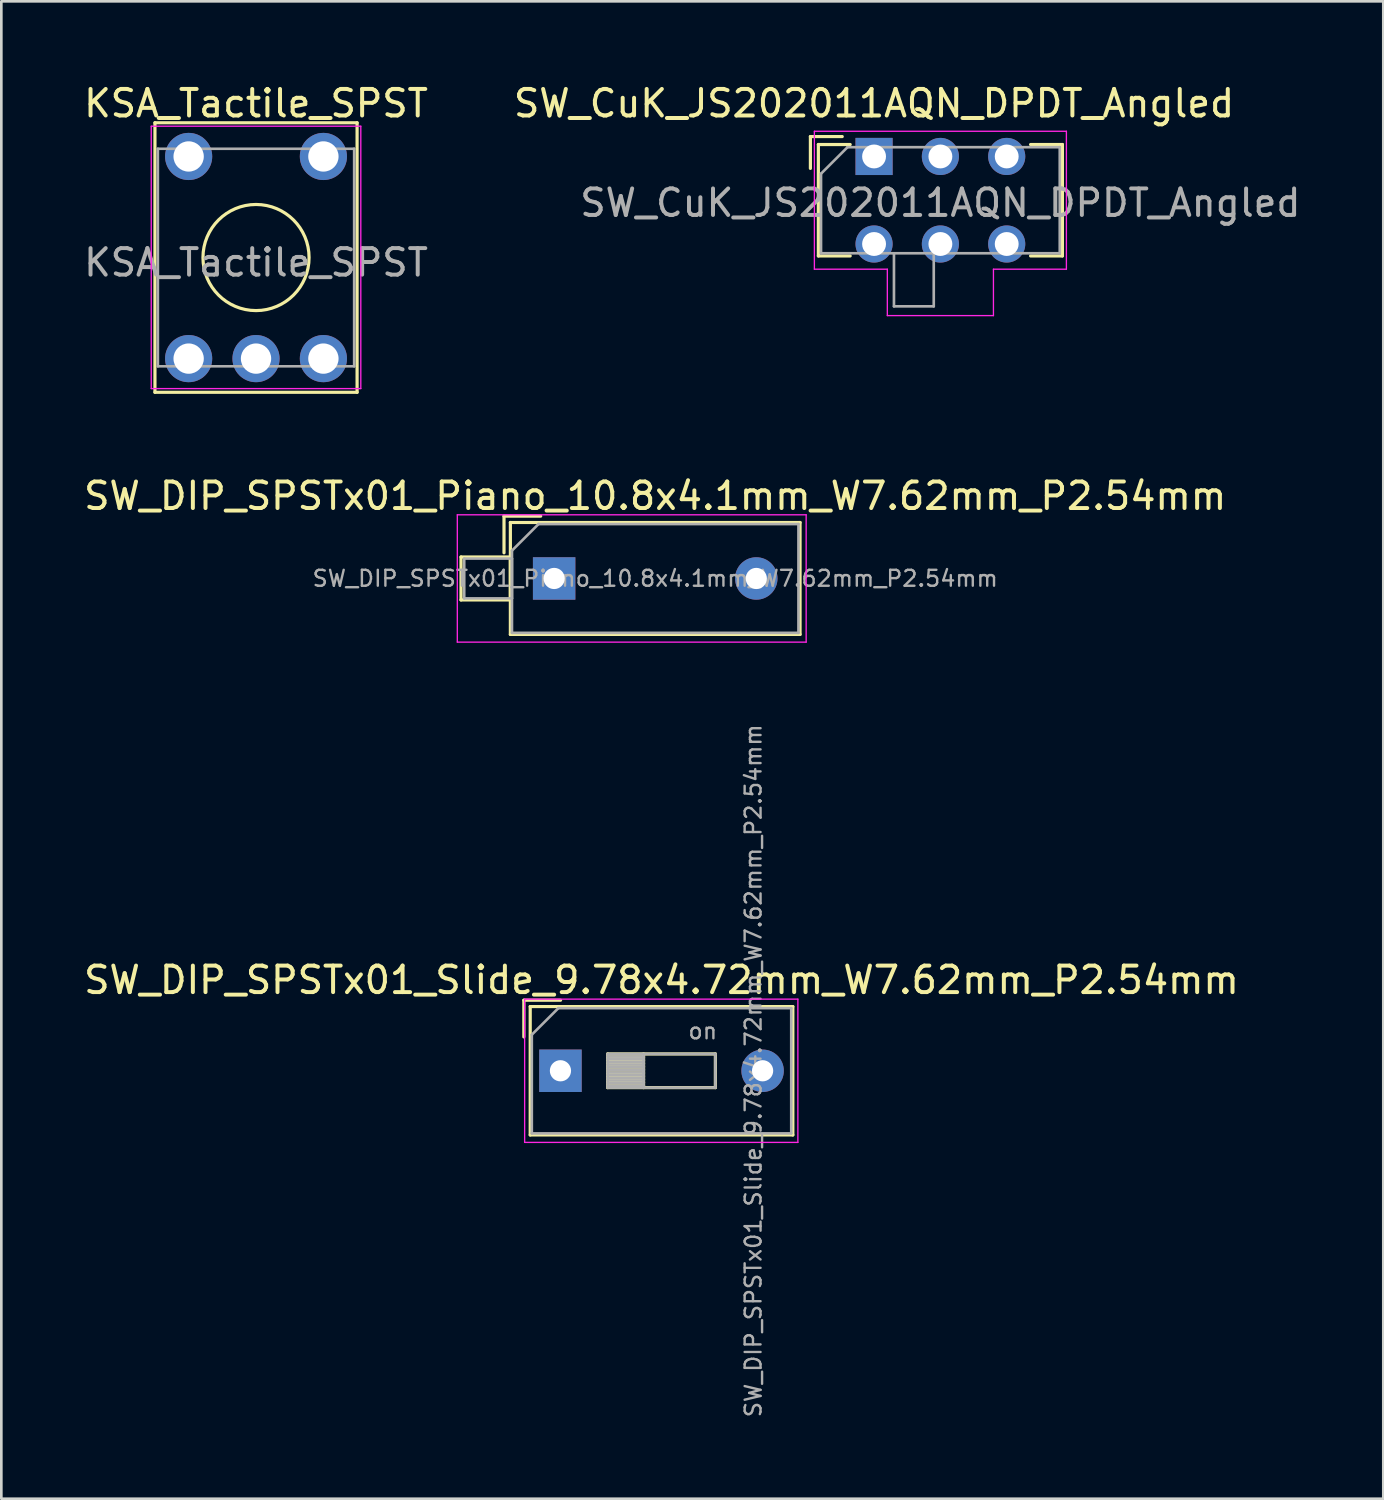
<source format=kicad_pcb>
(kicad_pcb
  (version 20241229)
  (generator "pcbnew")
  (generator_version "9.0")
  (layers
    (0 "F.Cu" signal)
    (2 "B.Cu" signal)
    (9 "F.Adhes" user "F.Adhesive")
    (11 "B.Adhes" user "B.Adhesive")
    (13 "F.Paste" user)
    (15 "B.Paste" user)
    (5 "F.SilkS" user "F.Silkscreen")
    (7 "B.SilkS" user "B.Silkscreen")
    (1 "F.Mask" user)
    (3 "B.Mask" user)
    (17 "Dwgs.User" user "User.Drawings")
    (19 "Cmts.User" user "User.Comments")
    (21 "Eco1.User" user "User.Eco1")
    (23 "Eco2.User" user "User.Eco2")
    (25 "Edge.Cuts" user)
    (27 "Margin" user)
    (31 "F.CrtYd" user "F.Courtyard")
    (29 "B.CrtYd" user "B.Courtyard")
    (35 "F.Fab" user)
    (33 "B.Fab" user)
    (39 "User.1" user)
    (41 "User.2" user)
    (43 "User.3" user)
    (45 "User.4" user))
  (footprint "KSA_Tactile_SPST"
    (layer "F.Cu")
    (at 4.061 2.848)
    (property "Reference" "KSA_Tactile_SPST" (at 2.54 -2 0) (layer "F.SilkS") (effects (font (size 1 1) (thickness 0.15))))
    (attr through_hole)
    (fp_line (start -1.27 -1.27) (end -1.27 8.89) (stroke (width 0.12) (type solid)) (layer "F.SilkS"))
    (fp_line (start -1.27 -1.27) (end 6.35 -1.27) (stroke (width 0.12) (type solid)) (layer "F.SilkS"))
    (fp_line (start -1.27 8.89) (end 6.35 8.89) (stroke (width 0.12) (type solid)) (layer "F.SilkS"))
    (fp_line (start 6.35 8.89) (end 6.35 -1.27) (stroke (width 0.12) (type solid)) (layer "F.SilkS"))
    (fp_circle (center 2.54 3.81) (end 0.54 3.81) (stroke (width 0.12) (type solid)) (fill no) (layer "F.SilkS"))
    (fp_line (start -1.41 -1.14) (end -1.41 8.75) (stroke (width 0.05) (type solid)) (layer "F.CrtYd"))
    (fp_line (start -1.41 -1.14) (end 6.49 -1.14) (stroke (width 0.05) (type solid)) (layer "F.CrtYd"))
    (fp_line (start 6.49 8.75) (end -1.41 8.75) (stroke (width 0.05) (type solid)) (layer "F.CrtYd"))
    (fp_line (start 6.49 8.75) (end 6.49 -1.14) (stroke (width 0.05) (type solid)) (layer "F.CrtYd"))
    (fp_line (start -1.16 7.91) (end -1.16 -0.29) (stroke (width 0.1) (type solid)) (layer "F.Fab"))
    (fp_line (start -1.16 7.91) (end 6.24 7.91) (stroke (width 0.1) (type solid)) (layer "F.Fab"))
    (fp_line (start 6.24 -0.29) (end -1.16 -0.29) (stroke (width 0.1) (type solid)) (layer "F.Fab"))
    (fp_line (start 6.24 7.91) (end 6.24 -0.29) (stroke (width 0.1) (type solid)) (layer "F.Fab"))
    (fp_text user "${REFERENCE}" (at 2.54 4 0) (layer "F.Fab") (effects (font (size 1 1) (thickness 0.15))))
    (pad "1" thru_hole circle (at 0 0) (size 1.778 1.778) (drill 1.143) (layers "*.Cu" "*.Mask"))
    (pad "2" thru_hole circle (at 5.08 0) (size 1.778 1.778) (drill 1.143) (layers "*.Cu" "*.Mask"))
    (pad "3" thru_hole circle (at 5.08 7.62) (size 1.778 1.778) (drill 1.143) (layers "*.Cu" "*.Mask"))
    (pad "4" thru_hole circle (at 2.54 7.62) (size 1.778 1.778) (drill 1.143) (layers "*.Cu" "*.Mask"))
    (pad "5" thru_hole circle (at 0 7.62) (size 1.778 1.778) (drill 1.143) (layers "*.Cu" "*.Mask")))
  (footprint "SW_DIP_SPSTx01_Slide_9.78x4.72mm_W7.62mm_P2.54mm"
    (layer "F.Cu")
    (at 18.077 37.314)
    (property "Reference" "SW_DIP_SPSTx01_Slide_9.78x4.72mm_W7.62mm_P2.54mm" (at 3.81 -3.42 0) (layer "F.SilkS") (effects (font (size 1 1) (thickness 0.15))))
    (attr through_hole)
    (fp_line (start -1.38 -2.66) (end -1.38 -1.277) (stroke (width 0.12) (type solid)) (layer "F.SilkS"))
    (fp_line (start -1.38 -2.66) (end 0.004 -2.66) (stroke (width 0.12) (type solid)) (layer "F.SilkS"))
    (fp_line (start -1.14 -2.42) (end -1.14 2.42) (stroke (width 0.12) (type solid)) (layer "F.SilkS"))
    (fp_line (start -1.14 -2.42) (end 8.76 -2.42) (stroke (width 0.12) (type solid)) (layer "F.SilkS"))
    (fp_line (start -1.14 2.42) (end 8.76 2.42) (stroke (width 0.12) (type solid)) (layer "F.SilkS"))
    (fp_line (start 1.78 -0.635) (end 1.78 0.635) (stroke (width 0.12) (type solid)) (layer "F.SilkS"))
    (fp_line (start 1.78 -0.515) (end 3.133 -0.515) (stroke (width 0.12) (type solid)) (layer "F.SilkS"))
    (fp_line (start 1.78 -0.395) (end 3.133 -0.395) (stroke (width 0.12) (type solid)) (layer "F.SilkS"))
    (fp_line (start 1.78 -0.275) (end 3.133 -0.275) (stroke (width 0.12) (type solid)) (layer "F.SilkS"))
    (fp_line (start 1.78 -0.155) (end 3.133 -0.155) (stroke (width 0.12) (type solid)) (layer "F.SilkS"))
    (fp_line (start 1.78 -0.035) (end 3.133 -0.035) (stroke (width 0.12) (type solid)) (layer "F.SilkS"))
    (fp_line (start 1.78 0.085) (end 3.133 0.085) (stroke (width 0.12) (type solid)) (layer "F.SilkS"))
    (fp_line (start 1.78 0.205) (end 3.133 0.205) (stroke (width 0.12) (type solid)) (layer "F.SilkS"))
    (fp_line (start 1.78 0.325) (end 3.133 0.325) (stroke (width 0.12) (type solid)) (layer "F.SilkS"))
    (fp_line (start 1.78 0.445) (end 3.133 0.445) (stroke (width 0.12) (type solid)) (layer "F.SilkS"))
    (fp_line (start 1.78 0.565) (end 3.133 0.565) (stroke (width 0.12) (type solid)) (layer "F.SilkS"))
    (fp_line (start 1.78 0.635) (end 5.84 0.635) (stroke (width 0.12) (type solid)) (layer "F.SilkS"))
    (fp_line (start 3.133 -0.635) (end 3.133 0.635) (stroke (width 0.12) (type solid)) (layer "F.SilkS"))
    (fp_line (start 5.84 -0.635) (end 1.78 -0.635) (stroke (width 0.12) (type solid)) (layer "F.SilkS"))
    (fp_line (start 5.84 0.635) (end 5.84 -0.635) (stroke (width 0.12) (type solid)) (layer "F.SilkS"))
    (fp_line (start 8.76 -2.42) (end 8.76 2.42) (stroke (width 0.12) (type solid)) (layer "F.SilkS"))
    (fp_line (start -1.35 -2.7) (end -1.35 2.7) (stroke (width 0.05) (type solid)) (layer "F.CrtYd"))
    (fp_line (start -1.35 2.7) (end 8.95 2.7) (stroke (width 0.05) (type solid)) (layer "F.CrtYd"))
    (fp_line (start 8.95 -2.7) (end -1.35 -2.7) (stroke (width 0.05) (type solid)) (layer "F.CrtYd"))
    (fp_line (start 8.95 2.7) (end 8.95 -2.7) (stroke (width 0.05) (type solid)) (layer "F.CrtYd"))
    (fp_line (start -1.08 -1.36) (end -0.08 -2.36) (stroke (width 0.1) (type solid)) (layer "F.Fab"))
    (fp_line (start -1.08 2.36) (end -1.08 -1.36) (stroke (width 0.1) (type solid)) (layer "F.Fab"))
    (fp_line (start -0.08 -2.36) (end 8.7 -2.36) (stroke (width 0.1) (type solid)) (layer "F.Fab"))
    (fp_line (start 1.78 -0.635) (end 1.78 0.635) (stroke (width 0.1) (type solid)) (layer "F.Fab"))
    (fp_line (start 1.78 -0.535) (end 3.133 -0.535) (stroke (width 0.1) (type solid)) (layer "F.Fab"))
    (fp_line (start 1.78 -0.435) (end 3.133 -0.435) (stroke (width 0.1) (type solid)) (layer "F.Fab"))
    (fp_line (start 1.78 -0.335) (end 3.133 -0.335) (stroke (width 0.1) (type solid)) (layer "F.Fab"))
    (fp_line (start 1.78 -0.235) (end 3.133 -0.235) (stroke (width 0.1) (type solid)) (layer "F.Fab"))
    (fp_line (start 1.78 -0.135) (end 3.133 -0.135) (stroke (width 0.1) (type solid)) (layer "F.Fab"))
    (fp_line (start 1.78 -0.035) (end 3.133 -0.035) (stroke (width 0.1) (type solid)) (layer "F.Fab"))
    (fp_line (start 1.78 0.065) (end 3.133 0.065) (stroke (width 0.1) (type solid)) (layer "F.Fab"))
    (fp_line (start 1.78 0.165) (end 3.133 0.165) (stroke (width 0.1) (type solid)) (layer "F.Fab"))
    (fp_line (start 1.78 0.265) (end 3.133 0.265) (stroke (width 0.1) (type solid)) (layer "F.Fab"))
    (fp_line (start 1.78 0.365) (end 3.133 0.365) (stroke (width 0.1) (type solid)) (layer "F.Fab"))
    (fp_line (start 1.78 0.465) (end 3.133 0.465) (stroke (width 0.1) (type solid)) (layer "F.Fab"))
    (fp_line (start 1.78 0.565) (end 3.133 0.565) (stroke (width 0.1) (type solid)) (layer "F.Fab"))
    (fp_line (start 1.78 0.635) (end 5.84 0.635) (stroke (width 0.1) (type solid)) (layer "F.Fab"))
    (fp_line (start 3.133 -0.635) (end 3.133 0.635) (stroke (width 0.1) (type solid)) (layer "F.Fab"))
    (fp_line (start 5.84 -0.635) (end 1.78 -0.635) (stroke (width 0.1) (type solid)) (layer "F.Fab"))
    (fp_line (start 5.84 0.635) (end 5.84 -0.635) (stroke (width 0.1) (type solid)) (layer "F.Fab"))
    (fp_line (start 8.7 -2.36) (end 8.7 2.36) (stroke (width 0.1) (type solid)) (layer "F.Fab"))
    (fp_line (start 8.7 2.36) (end -1.08 2.36) (stroke (width 0.1) (type solid)) (layer "F.Fab"))
    (fp_text user "${REFERENCE}" (at 7.27 0 90) (layer "F.Fab") (effects (font (size 0.6 0.6) (thickness 0.09))))
    (fp_text user "on" (at 5.365 -1.498 0) (layer "F.Fab") (effects (font (size 0.6 0.6) (thickness 0.09))))
    (pad "1" thru_hole rect (at 0 0) (size 1.6 1.6) (drill 0.8) (layers "*.Cu" "*.Mask"))
    (pad "2" thru_hole oval (at 7.62 0) (size 1.6 1.6) (drill 0.8) (layers "*.Cu" "*.Mask")))
  (footprint "SW_CuK_JS202011AQN_DPDT_Angled"
    (layer "F.Cu")
    (at 29.899 2.848)
    (property "Reference" "SW_CuK_JS202011AQN_DPDT_Angled" (at 0 -2 0) (layer "F.SilkS") (effects (font (size 1 1) (thickness 0.15))))
    (attr through_hole)
    (fp_line (start -2.4 -0.75) (end -2.4 0.45) (stroke (width 0.12) (type solid)) (layer "F.SilkS"))
    (fp_line (start -2.1 -0.45) (end -2.1 3.75) (stroke (width 0.12) (type solid)) (layer "F.SilkS"))
    (fp_line (start -2.1 3.75) (end -0.9 3.75) (stroke (width 0.12) (type solid)) (layer "F.SilkS"))
    (fp_line (start -1.2 -0.75) (end -2.4 -0.75) (stroke (width 0.12) (type solid)) (layer "F.SilkS"))
    (fp_line (start -0.9 -0.45) (end -2.1 -0.45) (stroke (width 0.12) (type solid)) (layer "F.SilkS"))
    (fp_line (start 5.9 -0.45) (end 7.1 -0.45) (stroke (width 0.12) (type solid)) (layer "F.SilkS"))
    (fp_line (start 7.1 -0.45) (end 7.1 3.75) (stroke (width 0.12) (type solid)) (layer "F.SilkS"))
    (fp_line (start 7.1 3.75) (end 5.9 3.75) (stroke (width 0.12) (type solid)) (layer "F.SilkS"))
    (fp_line (start -2.25 -0.95) (end 7.25 -0.95) (stroke (width 0.05) (type solid)) (layer "F.CrtYd"))
    (fp_line (start -2.25 4.25) (end -2.25 -0.95) (stroke (width 0.05) (type solid)) (layer "F.CrtYd"))
    (fp_line (start 0.5 4.25) (end -2.25 4.25) (stroke (width 0.05) (type solid)) (layer "F.CrtYd"))
    (fp_line (start 0.5 4.25) (end 0.5 6) (stroke (width 0.05) (type solid)) (layer "F.CrtYd"))
    (fp_line (start 4.5 6) (end 0.5 6) (stroke (width 0.05) (type solid)) (layer "F.CrtYd"))
    (fp_line (start 4.5 6) (end 4.5 4.25) (stroke (width 0.05) (type solid)) (layer "F.CrtYd"))
    (fp_line (start 7.25 -0.95) (end 7.25 4.25) (stroke (width 0.05) (type solid)) (layer "F.CrtYd"))
    (fp_line (start 7.25 4.25) (end 4.5 4.25) (stroke (width 0.05) (type solid)) (layer "F.CrtYd"))
    (fp_line (start -2 3.65) (end -2 0.65) (stroke (width 0.1) (type solid)) (layer "F.Fab"))
    (fp_line (start -1 -0.35) (end -2 0.65) (stroke (width 0.1) (type solid)) (layer "F.Fab"))
    (fp_line (start -1 -0.35) (end 7 -0.35) (stroke (width 0.1) (type solid)) (layer "F.Fab"))
    (fp_line (start 0.75 3.65) (end 0.75 5.65) (stroke (width 0.1) (type solid)) (layer "F.Fab"))
    (fp_line (start 0.75 5.65) (end 2.25 5.65) (stroke (width 0.1) (type solid)) (layer "F.Fab"))
    (fp_line (start 2.25 5.65) (end 2.25 3.65) (stroke (width 0.1) (type solid)) (layer "F.Fab"))
    (fp_line (start 7 -0.35) (end 7 3.65) (stroke (width 0.1) (type solid)) (layer "F.Fab"))
    (fp_line (start 7 3.65) (end -2 3.65) (stroke (width 0.1) (type solid)) (layer "F.Fab"))
    (fp_text user "${REFERENCE}" (at 2.5 1.75 0) (layer "F.Fab") (effects (font (size 1 1) (thickness 0.15))))
    (pad "1" thru_hole rect (at 0 0) (size 1.4 1.4) (drill 0.9) (layers "*.Cu" "*.Mask"))
    (pad "2" thru_hole circle (at 2.5 0) (size 1.4 1.4) (drill 0.9) (layers "*.Cu" "*.Mask"))
    (pad "3" thru_hole circle (at 5 0) (size 1.4 1.4) (drill 0.9) (layers "*.Cu" "*.Mask"))
    (pad "4" thru_hole circle (at 0 3.3) (size 1.4 1.4) (drill 0.9) (layers "*.Cu" "*.Mask"))
    (pad "5" thru_hole circle (at 2.5 3.3) (size 1.4 1.4) (drill 0.9) (layers "*.Cu" "*.Mask"))
    (pad "6" thru_hole circle (at 5 3.3) (size 1.4 1.4) (drill 0.9) (layers "*.Cu" "*.Mask")))
  (footprint "SW_DIP_SPSTx01_Piano_10.8x4.1mm_W7.62mm_P2.54mm"
    (layer "F.Cu")
    (at 17.839 18.756)
    (property "Reference" "SW_DIP_SPSTx01_Piano_10.8x4.1mm_W7.62mm_P2.54mm" (at 3.81 -3.11 0) (layer "F.SilkS") (effects (font (size 1 1) (thickness 0.15))))
    (attr through_hole)
    (fp_line (start -3.51 -0.81) (end -3.51 0.81) (stroke (width 0.12) (type solid)) (layer "F.SilkS"))
    (fp_line (start -3.51 -0.81) (end -1.65 -0.81) (stroke (width 0.12) (type solid)) (layer "F.SilkS"))
    (fp_line (start -3.51 0.81) (end -1.65 0.81) (stroke (width 0.12) (type solid)) (layer "F.SilkS"))
    (fp_line (start -1.89 -2.35) (end -1.89 -0.967) (stroke (width 0.12) (type solid)) (layer "F.SilkS"))
    (fp_line (start -1.89 -2.35) (end -0.507 -2.35) (stroke (width 0.12) (type solid)) (layer "F.SilkS"))
    (fp_line (start -1.65 -2.11) (end -1.65 2.11) (stroke (width 0.12) (type solid)) (layer "F.SilkS"))
    (fp_line (start -1.65 -2.11) (end 9.27 -2.11) (stroke (width 0.12) (type solid)) (layer "F.SilkS"))
    (fp_line (start -1.65 -0.81) (end -1.65 0.81) (stroke (width 0.12) (type solid)) (layer "F.SilkS"))
    (fp_line (start -1.65 2.11) (end 9.27 2.11) (stroke (width 0.12) (type solid)) (layer "F.SilkS"))
    (fp_line (start 9.27 -2.11) (end 9.27 2.11) (stroke (width 0.12) (type solid)) (layer "F.SilkS"))
    (fp_line (start -3.65 -2.4) (end -3.65 2.4) (stroke (width 0.05) (type solid)) (layer "F.CrtYd"))
    (fp_line (start -3.65 2.4) (end 9.5 2.4) (stroke (width 0.05) (type solid)) (layer "F.CrtYd"))
    (fp_line (start 9.5 -2.4) (end -3.65 -2.4) (stroke (width 0.05) (type solid)) (layer "F.CrtYd"))
    (fp_line (start 9.5 2.4) (end 9.5 -2.4) (stroke (width 0.05) (type solid)) (layer "F.CrtYd"))
    (fp_line (start -3.39 -0.75) (end -1.59 -0.75) (stroke (width 0.1) (type solid)) (layer "F.Fab"))
    (fp_line (start -3.39 0.75) (end -3.39 -0.75) (stroke (width 0.1) (type solid)) (layer "F.Fab"))
    (fp_line (start -1.59 -1.05) (end -0.59 -2.05) (stroke (width 0.1) (type solid)) (layer "F.Fab"))
    (fp_line (start -1.59 -0.75) (end -1.59 0.75) (stroke (width 0.1) (type solid)) (layer "F.Fab"))
    (fp_line (start -1.59 0.75) (end -3.39 0.75) (stroke (width 0.1) (type solid)) (layer "F.Fab"))
    (fp_line (start -1.59 2.05) (end -1.59 -1.05) (stroke (width 0.1) (type solid)) (layer "F.Fab"))
    (fp_line (start -0.59 -2.05) (end 9.21 -2.05) (stroke (width 0.1) (type solid)) (layer "F.Fab"))
    (fp_line (start 9.21 -2.05) (end 9.21 2.05) (stroke (width 0.1) (type solid)) (layer "F.Fab"))
    (fp_line (start 9.21 2.05) (end -1.59 2.05) (stroke (width 0.1) (type solid)) (layer "F.Fab"))
    (fp_text user "${REFERENCE}" (at 3.81 0 0) (layer "F.Fab") (effects (font (size 0.6 0.6) (thickness 0.09))))
    (pad "1" thru_hole rect (at 0 0) (size 1.6 1.6) (drill 0.8) (layers "*.Cu" "*.Mask"))
    (pad "2" thru_hole oval (at 7.62 0) (size 1.6 1.6) (drill 0.8) (layers "*.Cu" "*.Mask")))
  (gr_rect
    (start -3 -3)
    (end 49.095 53.446)
    (stroke (width 0.1) (type default))
    (fill no)
    (layer "Edge.Cuts")))
</source>
